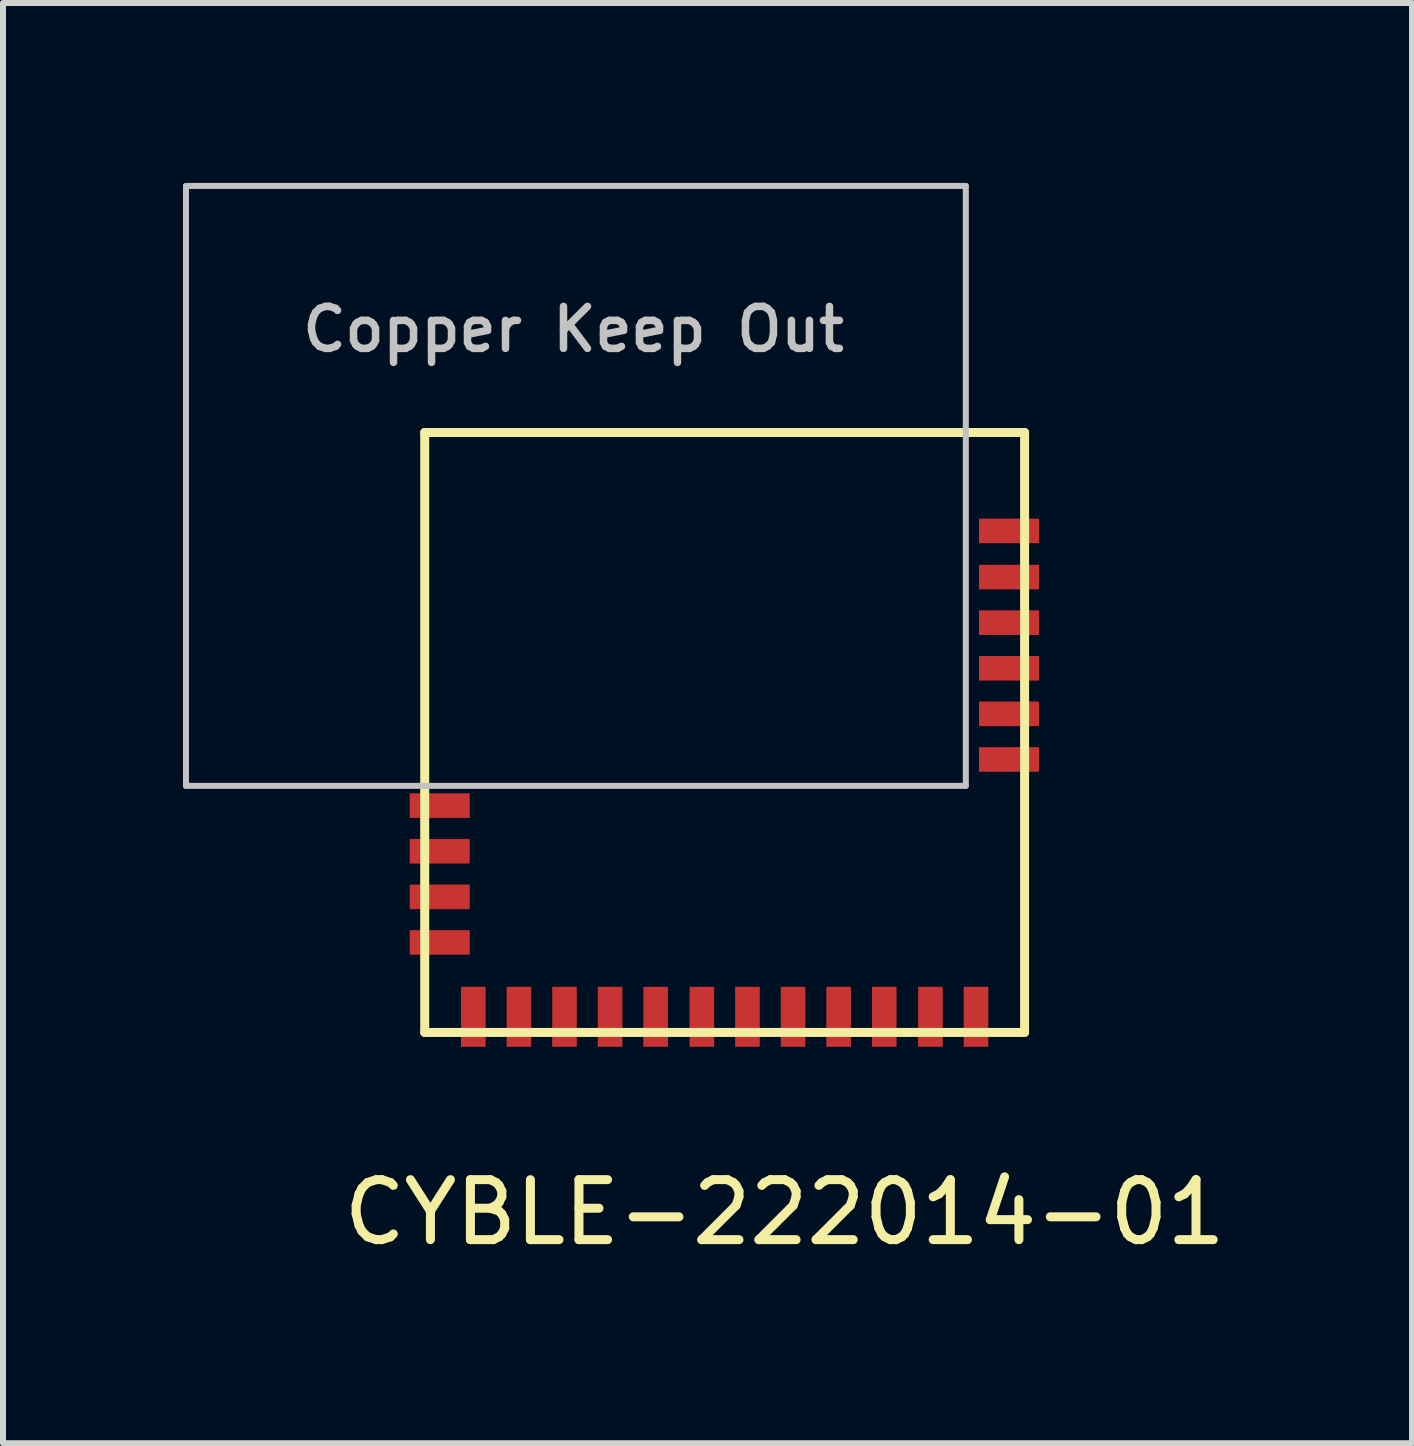
<source format=kicad_pcb>
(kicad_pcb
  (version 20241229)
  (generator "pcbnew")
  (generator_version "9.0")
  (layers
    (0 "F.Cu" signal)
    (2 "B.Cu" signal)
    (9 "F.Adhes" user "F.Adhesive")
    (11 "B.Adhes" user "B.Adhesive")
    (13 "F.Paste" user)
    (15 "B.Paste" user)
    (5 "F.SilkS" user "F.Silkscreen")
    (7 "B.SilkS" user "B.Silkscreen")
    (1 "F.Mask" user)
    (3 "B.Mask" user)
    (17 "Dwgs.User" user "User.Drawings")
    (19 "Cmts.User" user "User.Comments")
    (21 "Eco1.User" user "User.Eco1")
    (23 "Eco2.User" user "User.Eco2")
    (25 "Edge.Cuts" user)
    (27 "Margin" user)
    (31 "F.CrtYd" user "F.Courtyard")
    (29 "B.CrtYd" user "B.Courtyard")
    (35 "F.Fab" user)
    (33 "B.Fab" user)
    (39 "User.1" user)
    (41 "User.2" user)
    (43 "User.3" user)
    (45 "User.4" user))
  (footprint "CYBLE-222014-01"
    (layer "F.Cu")
    (at 14.03 4.16)
    (property "Reference" "CYBLE-222014-01" (at -4 13 0) (layer "F.SilkS") (effects (font (size 1 1) (thickness 0.15))))
    (attr through_hole)
    (fp_line (start -10 0) (end -10 10) (stroke (width 0.15) (type solid)) (layer "F.SilkS"))
    (fp_line (start -10 10) (end 0 10) (stroke (width 0.15) (type solid)) (layer "F.SilkS"))
    (fp_line (start 0 0) (end -10 0) (stroke (width 0.15) (type solid)) (layer "F.SilkS"))
    (fp_line (start 0 10) (end 0 0) (stroke (width 0.15) (type solid)) (layer "F.SilkS"))
    (fp_line (start -13.98 -4.11) (end -0.98 -4.11) (stroke (width 0.1) (type solid)) (layer "Dwgs.User"))
    (fp_line (start -13.98 5.89) (end -13.98 -4.11) (stroke (width 0.1) (type solid)) (layer "Dwgs.User"))
    (fp_line (start -0.98 -4.11) (end -0.98 5.89) (stroke (width 0.1) (type solid)) (layer "Dwgs.User"))
    (fp_line (start -0.98 5.89) (end -13.98 5.89) (stroke (width 0.1) (type solid)) (layer "Dwgs.User"))
    (fp_text user "Copper Keep Out" (at -7.52 -1.72 0) (layer "Dwgs.User") (effects (font (size 0.7 0.7) (thickness 0.125))))
    (pad "1" smd rect (at -0.26 1.64) (size 1 0.41) (layers "F.Cu" "F.Mask" "F.Paste"))
    (pad "2" smd rect (at -0.26 2.41) (size 1 0.41) (layers "F.Cu" "F.Mask" "F.Paste"))
    (pad "3" smd rect (at -0.26 3.17) (size 1 0.41) (layers "F.Cu" "F.Mask" "F.Paste"))
    (pad "4" smd rect (at -0.26 3.93) (size 1 0.41) (layers "F.Cu" "F.Mask" "F.Paste"))
    (pad "5" smd rect (at -0.26 4.69) (size 1 0.41) (layers "F.Cu" "F.Mask" "F.Paste"))
    (pad "6" smd rect (at -0.26 5.45) (size 1 0.41) (layers "F.Cu" "F.Mask" "F.Paste"))
    (pad "7" smd rect (at -0.81 9.74 90) (size 1 0.41) (layers "F.Cu" "F.Mask" "F.Paste"))
    (pad "8" smd rect (at -1.57 9.74 90) (size 1 0.41) (layers "F.Cu" "F.Mask" "F.Paste"))
    (pad "9" smd rect (at -2.34 9.74 90) (size 1 0.41) (layers "F.Cu" "F.Mask" "F.Paste"))
    (pad "10" smd rect (at -3.1 9.74 90) (size 1 0.41) (layers "F.Cu" "F.Mask" "F.Paste"))
    (pad "11" smd rect (at -3.86 9.74 90) (size 1 0.41) (layers "F.Cu" "F.Mask" "F.Paste"))
    (pad "12" smd rect (at -4.62 9.74 90) (size 1 0.41) (layers "F.Cu" "F.Mask" "F.Paste"))
    (pad "13" smd rect (at -5.38 9.74 90) (size 1 0.41) (layers "F.Cu" "F.Mask" "F.Paste"))
    (pad "14" smd rect (at -6.15 9.74 90) (size 1 0.41) (layers "F.Cu" "F.Mask" "F.Paste"))
    (pad "15" smd rect (at -6.91 9.74 90) (size 1 0.41) (layers "F.Cu" "F.Mask" "F.Paste"))
    (pad "16" smd rect (at -7.67 9.74 90) (size 1 0.41) (layers "F.Cu" "F.Mask" "F.Paste"))
    (pad "17" smd rect (at -8.43 9.74 90) (size 1 0.41) (layers "F.Cu" "F.Mask" "F.Paste"))
    (pad "18" smd rect (at -9.19 9.74 90) (size 1 0.41) (layers "F.Cu" "F.Mask" "F.Paste"))
    (pad "19" smd rect (at -9.75 8.5) (size 1 0.41) (layers "F.Cu" "F.Mask" "F.Paste"))
    (pad "20" smd rect (at -9.75 7.74) (size 1 0.41) (layers "F.Cu" "F.Mask" "F.Paste"))
    (pad "21" smd rect (at -9.75 6.98) (size 1 0.41) (layers "F.Cu" "F.Mask" "F.Paste"))
    (pad "22" smd rect (at -9.75 6.22) (size 1 0.41) (layers "F.Cu" "F.Mask" "F.Paste")))
  (gr_rect
    (start -3 -3)
    (end 20.488 21.008)
    (stroke (width 0.1) (type default))
    (fill no)
    (layer "Edge.Cuts")))
</source>
